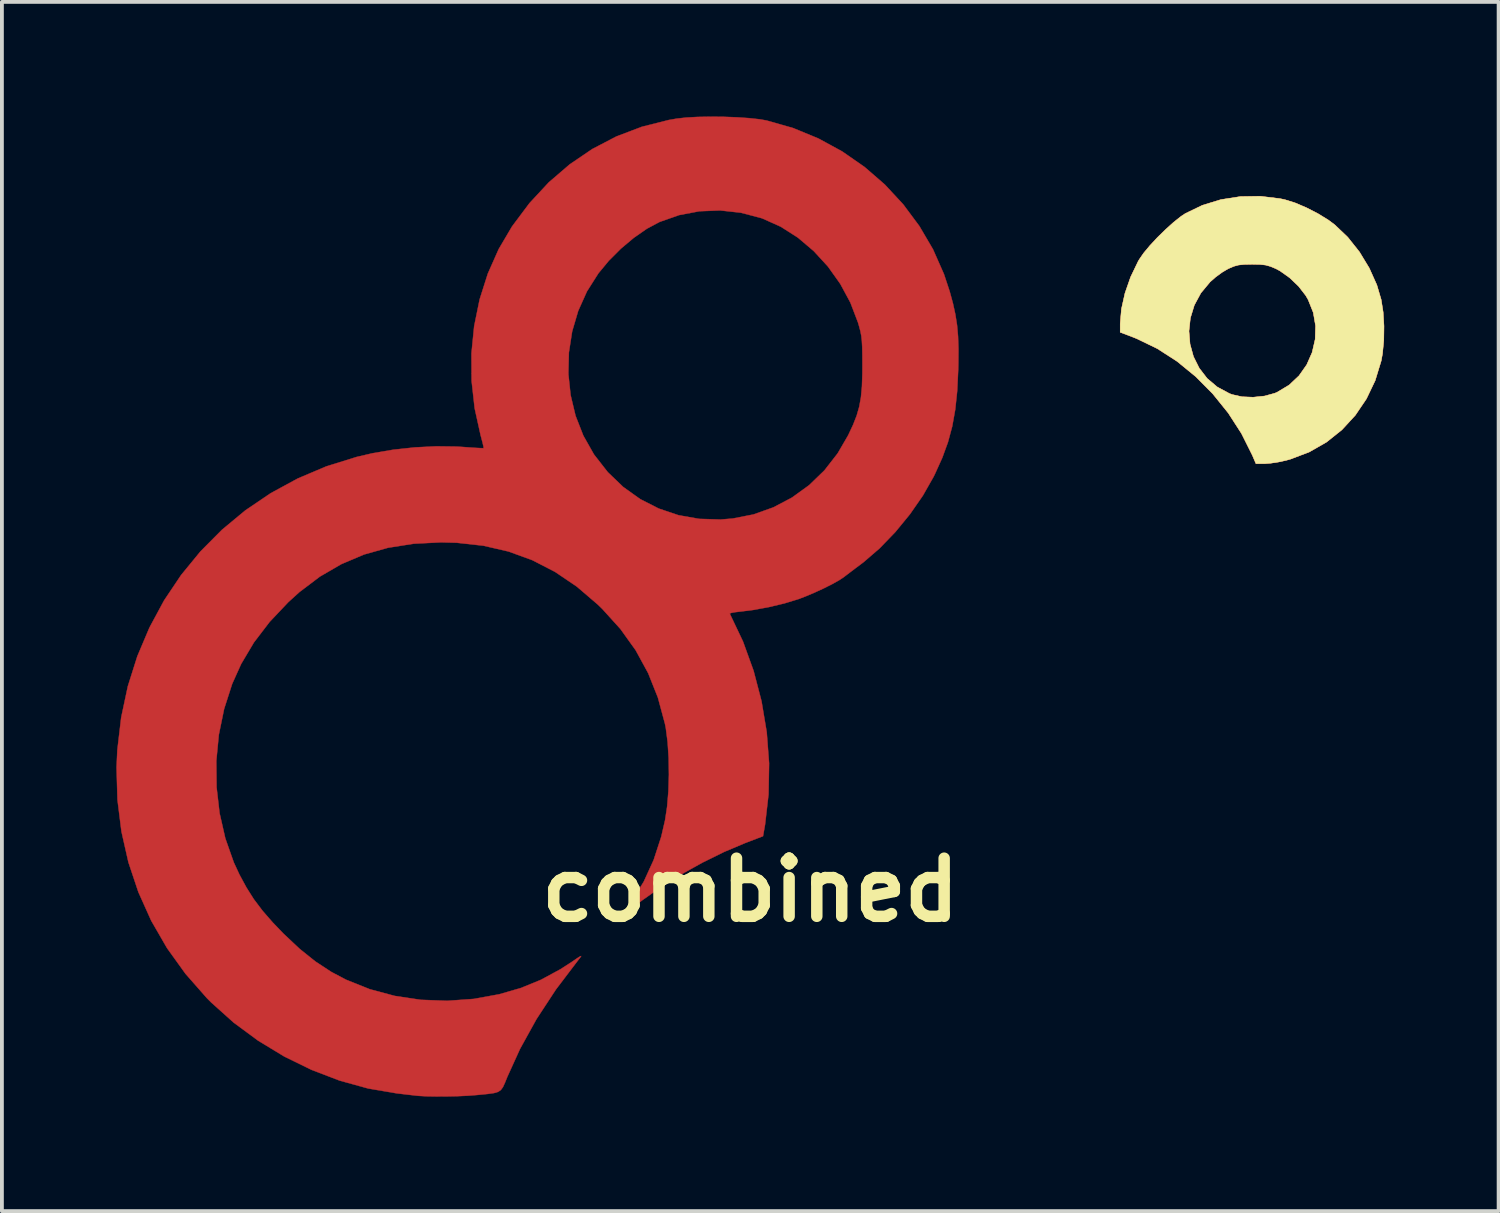
<source format=kicad_pcb>
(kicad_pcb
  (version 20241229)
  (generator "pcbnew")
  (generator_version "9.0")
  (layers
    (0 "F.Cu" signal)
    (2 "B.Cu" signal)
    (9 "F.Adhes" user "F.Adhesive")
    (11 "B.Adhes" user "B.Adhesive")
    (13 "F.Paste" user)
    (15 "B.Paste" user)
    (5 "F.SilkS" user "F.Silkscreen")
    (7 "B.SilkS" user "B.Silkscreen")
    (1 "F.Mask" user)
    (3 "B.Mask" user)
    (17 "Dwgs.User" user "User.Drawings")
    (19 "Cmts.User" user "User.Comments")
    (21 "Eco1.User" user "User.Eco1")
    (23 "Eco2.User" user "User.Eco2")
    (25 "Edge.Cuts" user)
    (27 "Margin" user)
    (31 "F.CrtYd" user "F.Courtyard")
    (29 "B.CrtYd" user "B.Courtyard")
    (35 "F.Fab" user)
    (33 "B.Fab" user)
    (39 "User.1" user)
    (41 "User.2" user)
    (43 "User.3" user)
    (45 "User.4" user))
  (footprint "combined"
    (layer "F.Cu")
    (at 16.619 20.28)
    (property "Reference" "combined" (at 0 0 0) (layer "F.SilkS") (effects (font (size 1.524 1.524) (thickness 0.3))))
    (attr through_hole)
    (fp_poly (pts (xy 13.887 -18.123) (xy 14.012 -18.096) (xy 14.278 -18.013) (xy 14.576 -17.886) (xy 14.877 -17.731) (xy 15.152 -17.562) (xy 15.316 -17.44) (xy 15.658 -17.114) (xy 15.965 -16.728) (xy 16.223 -16.303) (xy 16.422 -15.859) (xy 16.536 -15.473) (xy 16.587 -15.149) (xy 16.609 -14.783) (xy 16.604 -14.408) (xy 16.57 -14.059) (xy 16.537 -13.875) (xy 16.378 -13.355) (xy 16.149 -12.876) (xy 15.857 -12.444) (xy 15.506 -12.063) (xy 15.103 -11.741) (xy 14.653 -11.483) (xy 14.162 -11.296) (xy 14.037 -11.261) (xy 13.843 -11.219) (xy 13.646 -11.189) (xy 13.487 -11.176) (xy 13.478 -11.176) (xy 13.253 -11.176) (xy 13.158 -11.398) (xy 12.874 -11.966) (xy 12.526 -12.505) (xy 12.122 -13.006) (xy 11.672 -13.46) (xy 11.184 -13.859) (xy 10.667 -14.192) (xy 10.131 -14.452) (xy 10.044 -14.487) (xy 9.694 -14.62) (xy 9.694 -14.651) (xy 11.497 -14.651) (xy 11.525 -14.31) (xy 11.615 -13.983) (xy 11.766 -13.68) (xy 11.974 -13.41) (xy 12.24 -13.185) (xy 12.559 -13.014) (xy 12.628 -12.988) (xy 12.886 -12.93) (xy 13.181 -12.918) (xy 13.48 -12.949) (xy 13.749 -13.023) (xy 13.808 -13.048) (xy 14.121 -13.236) (xy 14.381 -13.48) (xy 14.584 -13.769) (xy 14.726 -14.091) (xy 14.805 -14.434) (xy 14.816 -14.787) (xy 14.756 -15.137) (xy 14.622 -15.473) (xy 14.557 -15.585) (xy 14.37 -15.826) (xy 14.136 -16.049) (xy 13.883 -16.229) (xy 13.768 -16.29) (xy 13.631 -16.347) (xy 13.505 -16.382) (xy 13.359 -16.398) (xy 13.161 -16.402) (xy 13.145 -16.402) (xy 12.944 -16.398) (xy 12.798 -16.383) (xy 12.675 -16.35) (xy 12.546 -16.295) (xy 12.523 -16.285) (xy 12.366 -16.192) (xy 12.193 -16.065) (xy 12.051 -15.94) (xy 11.809 -15.649) (xy 11.637 -15.33) (xy 11.534 -14.994) (xy 11.497 -14.651) (xy 9.694 -14.651) (xy 9.694 -14.841) (xy 9.727 -15.229) (xy 9.82 -15.645) (xy 9.967 -16.067) (xy 10.162 -16.473) (xy 10.194 -16.529) (xy 10.308 -16.695) (xy 10.473 -16.893) (xy 10.671 -17.106) (xy 10.886 -17.316) (xy 11.098 -17.507) (xy 11.291 -17.66) (xy 11.403 -17.734) (xy 11.848 -17.949) (xy 12.334 -18.098) (xy 12.846 -18.178) (xy 13.368 -18.186) (xy 13.887 -18.123)) (stroke (width 0.01) (type solid)) (fill yes) (layer "F.Cu"))
    (fp_poly (pts (xy -0.698 -20.268) (xy -0.351 -20.255) (xy -0.029 -20.233) (xy 0.246 -20.203) (xy 0.423 -20.172) (xy 1.119 -19.974) (xy 1.782 -19.701) (xy 2.409 -19.359) (xy 2.992 -18.954) (xy 3.527 -18.49) (xy 4.008 -17.971) (xy 4.43 -17.404) (xy 4.788 -16.794) (xy 5.075 -16.144) (xy 5.225 -15.691) (xy 5.311 -15.375) (xy 5.374 -15.087) (xy 5.418 -14.807) (xy 5.444 -14.513) (xy 5.455 -14.184) (xy 5.452 -13.801) (xy 5.448 -13.634) (xy 5.422 -13.084) (xy 5.371 -12.598) (xy 5.292 -12.156) (xy 5.18 -11.74) (xy 5.031 -11.331) (xy 4.84 -10.909) (xy 4.804 -10.835) (xy 4.524 -10.342) (xy 4.184 -9.852) (xy 3.801 -9.385) (xy 3.391 -8.96) (xy 2.971 -8.597) (xy 2.905 -8.547) (xy 2.746 -8.428) (xy 2.602 -8.319) (xy 2.493 -8.236) (xy 2.455 -8.206) (xy 2.332 -8.124) (xy 2.15 -8.022) (xy 1.928 -7.91) (xy 1.687 -7.799) (xy 1.447 -7.697) (xy 1.257 -7.625) (xy 0.893 -7.514) (xy 0.483 -7.416) (xy 0.066 -7.34) (xy -0.245 -7.301) (xy -0.392 -7.284) (xy -0.497 -7.265) (xy -0.54 -7.247) (xy -0.54 -7.245) (xy -0.193 -6.515) (xy 0.085 -5.746) (xy 0.293 -4.95) (xy 0.429 -4.138) (xy 0.491 -3.322) (xy 0.477 -2.511) (xy 0.386 -1.718) (xy 0.378 -1.671) (xy 0.332 -1.411) (xy -0.141 -1.23) (xy -0.688 -0.999) (xy -1.256 -0.719) (xy -1.819 -0.406) (xy -2.355 -0.07) (xy -2.839 0.272) (xy -3.013 0.408) (xy -3.151 0.518) (xy -3.261 0.603) (xy -3.329 0.652) (xy -3.344 0.659) (xy -3.322 0.619) (xy -3.262 0.525) (xy -3.174 0.395) (xy -3.117 0.31) (xy -2.793 -0.223) (xy -2.535 -0.788) (xy -2.336 -1.398) (xy -2.236 -1.83) (xy -2.182 -2.186) (xy -2.148 -2.593) (xy -2.135 -3.028) (xy -2.142 -3.464) (xy -2.169 -3.878) (xy -2.216 -4.243) (xy -2.239 -4.36) (xy -2.424 -5.046) (xy -2.679 -5.685) (xy -3.005 -6.283) (xy -3.406 -6.843) (xy -3.884 -7.371) (xy -4.006 -7.489) (xy -4.551 -7.955) (xy -5.12 -8.34) (xy -5.714 -8.646) (xy -6.34 -8.874) (xy -6.999 -9.026) (xy -7.697 -9.103) (xy -8.107 -9.114) (xy -8.824 -9.078) (xy -9.496 -8.972) (xy -10.127 -8.795) (xy -10.721 -8.543) (xy -11.283 -8.217) (xy -11.817 -7.813) (xy -12.111 -7.547) (xy -12.602 -7.028) (xy -13.013 -6.49) (xy -13.347 -5.928) (xy -13.583 -5.404) (xy -13.794 -4.748) (xy -13.933 -4.071) (xy -13.999 -3.383) (xy -13.992 -2.694) (xy -13.913 -2.014) (xy -13.763 -1.355) (xy -13.542 -0.727) (xy -13.394 -0.407) (xy -13.21 -0.067) (xy -13.014 0.243) (xy -12.789 0.541) (xy -12.522 0.848) (xy -12.236 1.146) (xy -11.811 1.545) (xy -11.399 1.875) (xy -10.984 2.147) (xy -10.6 2.35) (xy -9.977 2.6) (xy -9.321 2.776) (xy -8.64 2.878) (xy -7.946 2.904) (xy -7.248 2.854) (xy -6.58 2.732) (xy -6.015 2.568) (xy -5.489 2.353) (xy -4.978 2.076) (xy -4.67 1.877) (xy -4.533 1.783) (xy -4.457 1.736) (xy -4.434 1.731) (xy -4.456 1.766) (xy -4.505 1.827) (xy -5.097 2.607) (xy -5.607 3.385) (xy -6.037 4.163) (xy -6.371 4.898) (xy -6.434 5.054) (xy -6.485 5.165) (xy -6.54 5.241) (xy -6.613 5.291) (xy -6.719 5.322) (xy -6.874 5.344) (xy -7.092 5.366) (xy -7.191 5.375) (xy -7.413 5.392) (xy -7.678 5.404) (xy -7.962 5.41) (xy -8.241 5.411) (xy -8.491 5.407) (xy -8.689 5.396) (xy -8.742 5.391) (xy -8.84 5.38) (xy -8.996 5.362) (xy -9.181 5.34) (xy -9.267 5.33) (xy -10.018 5.202) (xy -10.767 4.995) (xy -11.504 4.713) (xy -12.219 4.363) (xy -12.903 3.948) (xy -13.544 3.475) (xy -14.133 2.947) (xy -14.248 2.831) (xy -14.806 2.196) (xy -15.292 1.52) (xy -15.705 0.804) (xy -16.042 0.054) (xy -16.303 -0.727) (xy -16.486 -1.536) (xy -16.59 -2.367) (xy -16.614 -3.217) (xy -16.593 -3.672) (xy -16.493 -4.521) (xy -16.318 -5.342) (xy -16.069 -6.129) (xy -15.751 -6.88) (xy -15.368 -7.591) (xy -14.921 -8.257) (xy -14.415 -8.875) (xy -13.853 -9.441) (xy -13.239 -9.951) (xy -12.575 -10.401) (xy -11.865 -10.787) (xy -11.113 -11.106) (xy -10.321 -11.352) (xy -9.896 -11.451) (xy -9.359 -11.542) (xy -8.794 -11.603) (xy -8.233 -11.631) (xy -7.707 -11.624) (xy -7.556 -11.615) (xy -7.351 -11.6) (xy -7.177 -11.589) (xy -7.053 -11.583) (xy -6.995 -11.582) (xy -6.992 -11.583) (xy -6.996 -11.625) (xy -7.02 -11.728) (xy -7.058 -11.873) (xy -7.071 -11.921) (xy -7.227 -12.627) (xy -7.307 -13.345) (xy -7.308 -13.531) (xy -4.771 -13.531) (xy -4.712 -12.975) (xy -4.582 -12.431) (xy -4.378 -11.91) (xy -4.102 -11.422) (xy -4.093 -11.409) (xy -3.738 -10.954) (xy -3.334 -10.566) (xy -2.886 -10.246) (xy -2.401 -9.999) (xy -1.884 -9.825) (xy -1.341 -9.729) (xy -0.779 -9.712) (xy -0.465 -9.738) (xy 0.083 -9.845) (xy 0.604 -10.031) (xy 1.092 -10.288) (xy 1.541 -10.613) (xy 1.942 -11.001) (xy 2.289 -11.447) (xy 2.562 -11.917) (xy 2.69 -12.189) (xy 2.786 -12.433) (xy 2.854 -12.67) (xy 2.899 -12.919) (xy 2.925 -13.2) (xy 2.936 -13.536) (xy 2.937 -13.737) (xy 2.936 -14.016) (xy 2.932 -14.229) (xy 2.923 -14.393) (xy 2.908 -14.528) (xy 2.884 -14.65) (xy 2.85 -14.778) (xy 2.821 -14.878) (xy 2.622 -15.398) (xy 2.357 -15.889) (xy 2.034 -16.343) (xy 1.661 -16.749) (xy 1.246 -17.101) (xy 0.798 -17.387) (xy 0.324 -17.6) (xy 0.285 -17.614) (xy -0.248 -17.754) (xy -0.791 -17.814) (xy -1.335 -17.793) (xy -1.868 -17.692) (xy -2.381 -17.512) (xy -2.386 -17.509) (xy -2.714 -17.334) (xy -3.056 -17.096) (xy -3.394 -16.812) (xy -3.709 -16.497) (xy -3.983 -16.166) (xy -3.983 -16.166) (xy -4.284 -15.691) (xy -4.513 -15.181) (xy -4.671 -14.644) (xy -4.757 -14.091) (xy -4.771 -13.531) (xy -7.308 -13.531) (xy -7.311 -14.066) (xy -7.24 -14.781) (xy -7.097 -15.481) (xy -6.882 -16.157) (xy -6.597 -16.8) (xy -6.246 -17.396) (xy -5.789 -18.006) (xy -5.285 -18.549) (xy -4.735 -19.022) (xy -4.143 -19.424) (xy -3.512 -19.753) (xy -2.843 -20.007) (xy -2.141 -20.184) (xy -1.93 -20.221) (xy -1.687 -20.248) (xy -1.387 -20.265) (xy -1.05 -20.271) (xy -0.698 -20.268)) (stroke (width 0.01) (type solid)) (fill yes) (layer "F.Cu"))
    (fp_poly (pts (xy -0.671 -20.274) (xy -0.325 -20.261) (xy -0.021 -20.238) (xy 0.149 -20.215) (xy 0.852 -20.059) (xy 1.524 -19.825) (xy 2.163 -19.516) (xy 2.764 -19.133) (xy 3.324 -18.679) (xy 3.84 -18.156) (xy 4.308 -17.566) (xy 4.426 -17.396) (xy 4.759 -16.834) (xy 5.036 -16.232) (xy 5.25 -15.606) (xy 5.395 -14.977) (xy 5.448 -14.579) (xy 5.472 -14.321) (xy 5.828 -14.466) (xy 6.404 -14.661) (xy 7.018 -14.796) (xy 7.65 -14.869) (xy 8.281 -14.878) (xy 8.893 -14.822) (xy 9.258 -14.753) (xy 9.466 -14.694) (xy 9.722 -14.607) (xy 9.998 -14.501) (xy 10.268 -14.388) (xy 10.504 -14.278) (xy 10.623 -14.215) (xy 11.199 -13.843) (xy 11.726 -13.41) (xy 12.197 -12.922) (xy 12.609 -12.386) (xy 12.957 -11.811) (xy 13.234 -11.202) (xy 13.437 -10.566) (xy 13.55 -9.998) (xy 13.571 -9.775) (xy 13.581 -9.493) (xy 13.581 -9.176) (xy 13.573 -8.844) (xy 13.555 -8.522) (xy 13.53 -8.231) (xy 13.498 -7.992) (xy 13.483 -7.916) (xy 13.301 -7.262) (xy 13.053 -6.655) (xy 12.734 -6.087) (xy 12.34 -5.549) (xy 12.007 -5.176) (xy 11.532 -4.725) (xy 11.046 -4.353) (xy 10.538 -4.051) (xy 9.996 -3.814) (xy 9.408 -3.635) (xy 9.317 -3.614) (xy 9.044 -3.564) (xy 8.712 -3.525) (xy 8.347 -3.498) (xy 7.974 -3.485) (xy 7.62 -3.486) (xy 7.309 -3.502) (xy 7.176 -3.517) (xy 6.815 -3.583) (xy 6.423 -3.682) (xy 6.039 -3.802) (xy 5.742 -3.917) (xy 5.176 -4.206) (xy 4.643 -4.565) (xy 4.15 -4.986) (xy 3.705 -5.46) (xy 3.314 -5.978) (xy 2.984 -6.533) (xy 2.724 -7.114) (xy 2.539 -7.714) (xy 2.515 -7.822) (xy 2.479 -7.979) (xy 2.446 -8.097) (xy 2.422 -8.157) (xy 2.416 -8.16) (xy 2.37 -8.137) (xy 2.267 -8.084) (xy 2.122 -8.01) (xy 2.011 -7.953) (xy 1.38 -7.674) (xy 0.712 -7.466) (xy 0.023 -7.333) (xy -0.257 -7.301) (xy -0.578 -7.273) (xy -0.753 -7.568) (xy -1.129 -8.131) (xy -1.575 -8.683) (xy -1.956 -9.081) (xy 4.734 -9.081) (xy 4.772 -8.533) (xy 4.883 -8.028) (xy 5.069 -7.559) (xy 5.332 -7.122) (xy 5.674 -6.714) (xy 5.83 -6.561) (xy 6.222 -6.243) (xy 6.636 -6.004) (xy 7.079 -5.841) (xy 7.556 -5.753) (xy 8.076 -5.736) (xy 8.128 -5.738) (xy 8.352 -5.757) (xy 8.59 -5.79) (xy 8.797 -5.831) (xy 8.84 -5.843) (xy 9.318 -6.018) (xy 9.759 -6.265) (xy 10.156 -6.577) (xy 10.504 -6.946) (xy 10.794 -7.365) (xy 11.021 -7.826) (xy 11.178 -8.323) (xy 11.199 -8.422) (xy 11.236 -8.692) (xy 11.252 -9.011) (xy 11.247 -9.347) (xy 11.222 -9.672) (xy 11.178 -9.956) (xy 11.155 -10.054) (xy 10.989 -10.513) (xy 10.752 -10.952) (xy 10.454 -11.361) (xy 10.105 -11.729) (xy 9.716 -12.044) (xy 9.297 -12.294) (xy 8.968 -12.434) (xy 8.69 -12.506) (xy 8.36 -12.552) (xy 8.008 -12.572) (xy 7.663 -12.562) (xy 7.355 -12.522) (xy 7.315 -12.514) (xy 6.866 -12.372) (xy 6.433 -12.153) (xy 6.027 -11.864) (xy 5.658 -11.514) (xy 5.336 -11.109) (xy 5.279 -11.024) (xy 5.049 -10.62) (xy 4.886 -10.212) (xy 4.784 -9.781) (xy 4.738 -9.309) (xy 4.734 -9.081) (xy -1.956 -9.081) (xy -2.079 -9.209) (xy -2.625 -9.696) (xy -3.201 -10.129) (xy -3.568 -10.366) (xy -4.226 -10.726) (xy -4.913 -11.025) (xy -5.64 -11.267) (xy -6.42 -11.458) (xy -6.82 -11.533) (xy -6.973 -11.559) (xy -7.082 -11.971) (xy -7.235 -12.704) (xy -7.309 -13.44) (xy -7.309 -13.531) (xy -4.771 -13.531) (xy -4.712 -12.975) (xy -4.582 -12.431) (xy -4.378 -11.91) (xy -4.102 -11.422) (xy -4.093 -11.409) (xy -3.738 -10.954) (xy -3.334 -10.566) (xy -2.886 -10.246) (xy -2.401 -9.999) (xy -1.884 -9.825) (xy -1.341 -9.729) (xy -0.779 -9.712) (xy -0.465 -9.738) (xy 0.083 -9.845) (xy 0.604 -10.031) (xy 1.092 -10.288) (xy 1.541 -10.613) (xy 1.942 -11.001) (xy 2.289 -11.447) (xy 2.562 -11.917) (xy 2.69 -12.189) (xy 2.786 -12.433) (xy 2.854 -12.67) (xy 2.899 -12.919) (xy 2.925 -13.2) (xy 2.936 -13.536) (xy 2.937 -13.737) (xy 2.936 -14.016) (xy 2.932 -14.229) (xy 2.923 -14.393) (xy 2.908 -14.528) (xy 2.884 -14.65) (xy 2.85 -14.778) (xy 2.821 -14.878) (xy 2.622 -15.398) (xy 2.357 -15.889) (xy 2.034 -16.343) (xy 1.661 -16.749) (xy 1.246 -17.101) (xy 0.798 -17.387) (xy 0.324 -17.6) (xy 0.285 -17.614) (xy -0.248 -17.754) (xy -0.791 -17.814) (xy -1.335 -17.793) (xy -1.868 -17.692) (xy -2.381 -17.512) (xy -2.386 -17.509) (xy -2.714 -17.334) (xy -3.056 -17.096) (xy -3.394 -16.812) (xy -3.709 -16.497) (xy -3.983 -16.166) (xy -3.983 -16.166) (xy -4.284 -15.691) (xy -4.513 -15.181) (xy -4.671 -14.644) (xy -4.757 -14.091) (xy -4.771 -13.531) (xy -7.309 -13.531) (xy -7.306 -14.172) (xy -7.226 -14.892) (xy -7.071 -15.594) (xy -6.841 -16.269) (xy -6.539 -16.912) (xy -6.246 -17.396) (xy -5.791 -18.003) (xy -5.288 -18.545) (xy -4.739 -19.018) (xy -4.149 -19.42) (xy -3.52 -19.75) (xy -2.856 -20.004) (xy -2.161 -20.181) (xy -1.97 -20.215) (xy -1.708 -20.246) (xy -1.388 -20.266) (xy -1.034 -20.275) (xy -0.671 -20.274)) (stroke (width 0.01) (type solid)) (fill yes) (layer "F.Mask"))
    (fp_poly (pts (xy 13.887 -18.123) (xy 14.012 -18.096) (xy 14.278 -18.013) (xy 14.576 -17.886) (xy 14.877 -17.731) (xy 15.152 -17.562) (xy 15.316 -17.44) (xy 15.658 -17.114) (xy 15.965 -16.728) (xy 16.223 -16.303) (xy 16.422 -15.859) (xy 16.536 -15.473) (xy 16.587 -15.149) (xy 16.609 -14.783) (xy 16.604 -14.408) (xy 16.57 -14.059) (xy 16.537 -13.875) (xy 16.378 -13.355) (xy 16.149 -12.876) (xy 15.857 -12.444) (xy 15.506 -12.063) (xy 15.103 -11.741) (xy 14.653 -11.483) (xy 14.162 -11.296) (xy 14.037 -11.261) (xy 13.843 -11.219) (xy 13.646 -11.189) (xy 13.487 -11.176) (xy 13.478 -11.176) (xy 13.253 -11.176) (xy 13.158 -11.398) (xy 12.874 -11.966) (xy 12.526 -12.505) (xy 12.122 -13.006) (xy 11.672 -13.46) (xy 11.184 -13.859) (xy 10.667 -14.192) (xy 10.131 -14.452) (xy 10.044 -14.487) (xy 9.694 -14.62) (xy 9.694 -14.651) (xy 11.497 -14.651) (xy 11.525 -14.31) (xy 11.615 -13.983) (xy 11.766 -13.68) (xy 11.974 -13.41) (xy 12.24 -13.185) (xy 12.559 -13.014) (xy 12.628 -12.988) (xy 12.886 -12.93) (xy 13.181 -12.918) (xy 13.48 -12.949) (xy 13.749 -13.023) (xy 13.808 -13.048) (xy 14.121 -13.236) (xy 14.381 -13.48) (xy 14.584 -13.769) (xy 14.726 -14.091) (xy 14.805 -14.434) (xy 14.816 -14.787) (xy 14.756 -15.137) (xy 14.622 -15.473) (xy 14.557 -15.585) (xy 14.37 -15.826) (xy 14.136 -16.049) (xy 13.883 -16.229) (xy 13.768 -16.29) (xy 13.631 -16.347) (xy 13.505 -16.382) (xy 13.359 -16.398) (xy 13.161 -16.402) (xy 13.145 -16.402) (xy 12.944 -16.398) (xy 12.798 -16.383) (xy 12.675 -16.35) (xy 12.546 -16.295) (xy 12.523 -16.285) (xy 12.366 -16.192) (xy 12.193 -16.065) (xy 12.051 -15.94) (xy 11.809 -15.649) (xy 11.637 -15.33) (xy 11.534 -14.994) (xy 11.497 -14.651) (xy 9.694 -14.651) (xy 9.694 -14.841) (xy 9.727 -15.229) (xy 9.82 -15.645) (xy 9.967 -16.067) (xy 10.162 -16.473) (xy 10.194 -16.529) (xy 10.308 -16.695) (xy 10.473 -16.893) (xy 10.671 -17.106) (xy 10.886 -17.316) (xy 11.098 -17.507) (xy 11.291 -17.66) (xy 11.403 -17.734) (xy 11.848 -17.949) (xy 12.334 -18.098) (xy 12.846 -18.178) (xy 13.368 -18.186) (xy 13.887 -18.123)) (stroke (width 0.01) (type solid)) (fill yes) (layer "F.SilkS")))
  (gr_rect
    (start -3 -3)
    (end 36.233 28.697)
    (stroke (width 0.1) (type default))
    (fill no)
    (layer "Edge.Cuts")))
</source>
